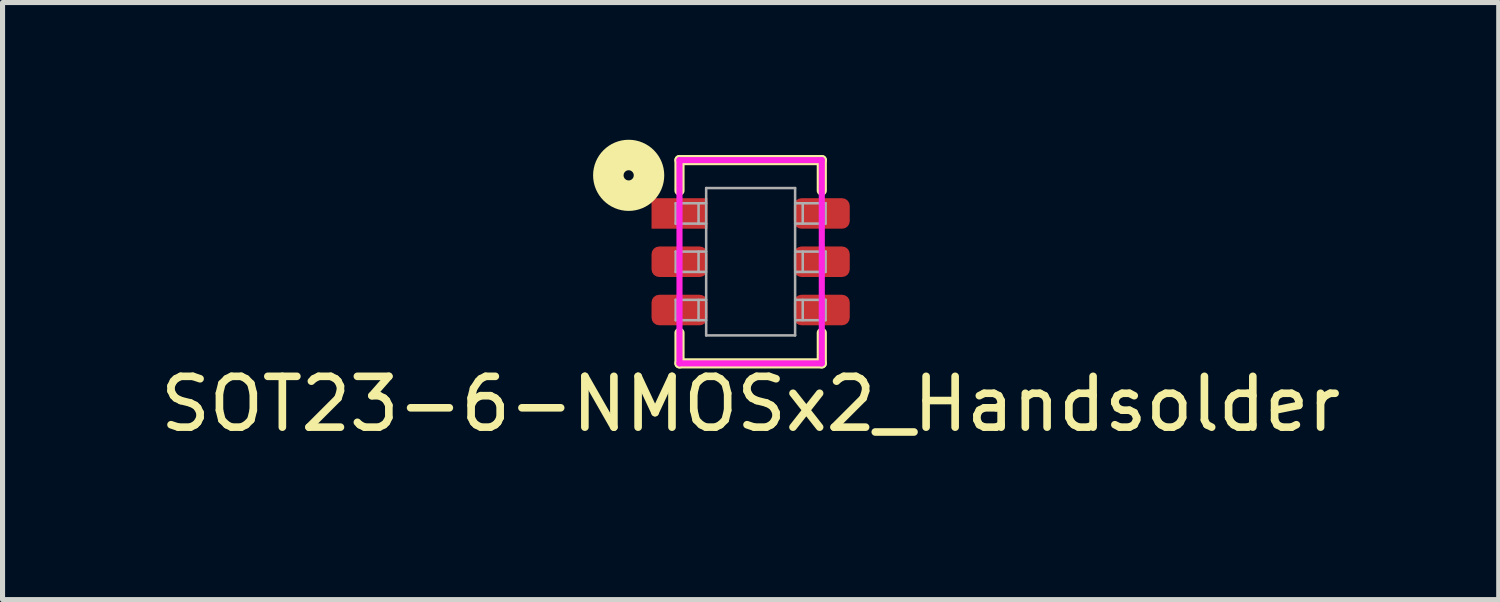
<source format=kicad_pcb>
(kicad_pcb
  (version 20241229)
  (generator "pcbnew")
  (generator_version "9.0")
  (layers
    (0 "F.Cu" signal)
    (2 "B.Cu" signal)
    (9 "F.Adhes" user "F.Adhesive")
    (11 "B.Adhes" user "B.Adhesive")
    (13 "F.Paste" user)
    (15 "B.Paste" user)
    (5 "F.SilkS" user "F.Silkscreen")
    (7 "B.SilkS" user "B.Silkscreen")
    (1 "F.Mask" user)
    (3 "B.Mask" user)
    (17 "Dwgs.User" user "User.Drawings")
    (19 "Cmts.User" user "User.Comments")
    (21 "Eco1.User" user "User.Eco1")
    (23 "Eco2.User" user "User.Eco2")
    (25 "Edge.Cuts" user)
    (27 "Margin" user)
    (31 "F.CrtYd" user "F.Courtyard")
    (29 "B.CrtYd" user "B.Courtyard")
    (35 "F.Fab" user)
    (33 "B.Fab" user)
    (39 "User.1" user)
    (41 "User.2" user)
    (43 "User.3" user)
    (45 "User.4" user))
  (footprint "SOT23-6-NMOSx2_Handsolder"
    (layer "F.Cu")
    (at 11.72 2.1)
    (property "Reference" "SOT23-6-NMOSx2_Handsolder" (at 0 2.8 0) (layer "F.SilkS") (effects (font (size 1 1) (thickness 0.15))))
    (attr smd)
    (fp_line (start -1.4 -2) (end -1.4 -1.4) (stroke (width 0.2) (type solid)) (layer "F.SilkS"))
    (fp_line (start -1.4 2) (end -1.4 1.4) (stroke (width 0.2) (type solid)) (layer "F.SilkS"))
    (fp_line (start -1.4 2) (end 1.4 2) (stroke (width 0.2) (type solid)) (layer "F.SilkS"))
    (fp_line (start 1.4 -2) (end -1.4 -2) (stroke (width 0.2) (type solid)) (layer "F.SilkS"))
    (fp_line (start 1.4 -2) (end 1.4 -1.4) (stroke (width 0.2) (type solid)) (layer "F.SilkS"))
    (fp_line (start 1.4 2) (end 1.4 1.4) (stroke (width 0.2) (type solid)) (layer "F.SilkS"))
    (fp_circle (center -2.4 -1.7) (end -2.3 -1.7) (stroke (width 0.6) (type solid)) (fill no) (layer "F.SilkS"))
    (fp_line (start -0.85 -0.95) (end -0.25 -0.95) (stroke (width 0.05) (type solid)) (layer "Eco1.User"))
    (fp_line (start -0.85 0.95) (end -0.25 0.95) (stroke (width 0.05) (type solid)) (layer "Eco1.User"))
    (fp_line (start -0.35 -0.65) (end 0.35 -0.65) (stroke (width 0.05) (type solid)) (layer "Eco1.User"))
    (fp_line (start -0.3 -0.75) (end -0.2 -0.75) (stroke (width 0.05) (type solid)) (layer "Eco1.User"))
    (fp_line (start -0.25 -0.95) (end -0.25 -0.65) (stroke (width 0.05) (type solid)) (layer "Eco1.User"))
    (fp_line (start -0.25 -0.9) (end -0.3 -0.75) (stroke (width 0.05) (type solid)) (layer "Eco1.User"))
    (fp_line (start -0.25 -0.25) (end -0.25 0) (stroke (width 0.05) (type solid)) (layer "Eco1.User"))
    (fp_line (start -0.25 0) (end -0.85 0) (stroke (width 0.05) (type solid)) (layer "Eco1.User"))
    (fp_line (start -0.25 0.95) (end -0.25 0.65) (stroke (width 0.05) (type solid)) (layer "Eco1.User"))
    (fp_line (start -0.2 -0.75) (end -0.25 -0.9) (stroke (width 0.05) (type solid)) (layer "Eco1.User"))
    (fp_line (start -0.1 -0.5) (end 0.1 -0.5) (stroke (width 0.05) (type solid)) (layer "Eco1.User"))
    (fp_line (start 0 -0.5) (end 0 -0.25) (stroke (width 0.05) (type solid)) (layer "Eco1.User"))
    (fp_line (start 0 -0.25) (end -0.25 -0.25) (stroke (width 0.05) (type solid)) (layer "Eco1.User"))
    (fp_line (start 0 0.25) (end 0.25 0.25) (stroke (width 0.05) (type solid)) (layer "Eco1.User"))
    (fp_line (start 0 0.5) (end 0 0.25) (stroke (width 0.05) (type solid)) (layer "Eco1.User"))
    (fp_line (start 0.1 0.5) (end -0.1 0.5) (stroke (width 0.05) (type solid)) (layer "Eco1.User"))
    (fp_line (start 0.2 0.75) (end 0.25 0.9) (stroke (width 0.05) (type solid)) (layer "Eco1.User"))
    (fp_line (start 0.25 -0.95) (end 0.25 -0.65) (stroke (width 0.05) (type solid)) (layer "Eco1.User"))
    (fp_line (start 0.25 0) (end 0.85 0) (stroke (width 0.05) (type solid)) (layer "Eco1.User"))
    (fp_line (start 0.25 0.25) (end 0.25 0) (stroke (width 0.05) (type solid)) (layer "Eco1.User"))
    (fp_line (start 0.25 0.9) (end 0.3 0.75) (stroke (width 0.05) (type solid)) (layer "Eco1.User"))
    (fp_line (start 0.25 0.95) (end 0.25 0.65) (stroke (width 0.05) (type solid)) (layer "Eco1.User"))
    (fp_line (start 0.3 0.75) (end 0.2 0.75) (stroke (width 0.05) (type solid)) (layer "Eco1.User"))
    (fp_line (start 0.35 0.65) (end -0.35 0.65) (stroke (width 0.05) (type solid)) (layer "Eco1.User"))
    (fp_line (start 0.85 -0.95) (end 0.25 -0.95) (stroke (width 0.05) (type solid)) (layer "Eco1.User"))
    (fp_line (start 0.85 0.95) (end 0.25 0.95) (stroke (width 0.05) (type solid)) (layer "Eco1.User"))
    (fp_line (start -1.4 -2) (end -1.4 2) (stroke (width 0.12) (type solid)) (layer "F.CrtYd"))
    (fp_line (start -1.4 2) (end 1.4 2) (stroke (width 0.12) (type solid)) (layer "F.CrtYd"))
    (fp_line (start 1.4 -2) (end -1.4 -2) (stroke (width 0.12) (type solid)) (layer "F.CrtYd"))
    (fp_line (start 1.4 2) (end 1.4 -2) (stroke (width 0.12) (type solid)) (layer "F.CrtYd"))
    (fp_line (start -1.475 -0.2) (end -0.875 -0.2) (stroke (width 0.05) (type solid)) (layer "F.Fab"))
    (fp_line (start -1.475 0.2) (end -1.475 -0.2) (stroke (width 0.05) (type solid)) (layer "F.Fab"))
    (fp_line (start -1.475 0.75) (end -0.875 0.75) (stroke (width 0.05) (type solid)) (layer "F.Fab"))
    (fp_line (start -1.475 1.15) (end -1.475 0.75) (stroke (width 0.05) (type solid)) (layer "F.Fab"))
    (fp_line (start -1.475 -1.15) (end -0.875 -1.15) (stroke (width 0.05) (type solid)) (layer "F.Fab"))
    (fp_line (start -1.475 -0.75) (end -1.475 -1.15) (stroke (width 0.05) (type solid)) (layer "F.Fab"))
    (fp_line (start -1.025 -1.15) (end -1.025 -0.75) (stroke (width 0.05) (type solid)) (layer "F.Fab"))
    (fp_line (start -1.025 -0.2) (end -1.025 0.2) (stroke (width 0.05) (type solid)) (layer "F.Fab"))
    (fp_line (start -1.025 0.75) (end -1.025 1.15) (stroke (width 0.05) (type solid)) (layer "F.Fab"))
    (fp_line (start -0.875 -1.45) (end -0.875 1.45) (stroke (width 0.05) (type solid)) (layer "F.Fab"))
    (fp_line (start -0.875 -0.75) (end -1.475 -0.75) (stroke (width 0.05) (type solid)) (layer "F.Fab"))
    (fp_line (start -0.875 0.2) (end -1.475 0.2) (stroke (width 0.05) (type solid)) (layer "F.Fab"))
    (fp_line (start -0.875 1.15) (end -1.475 1.15) (stroke (width 0.05) (type solid)) (layer "F.Fab"))
    (fp_line (start -0.875 1.45) (end 0.875 1.45) (stroke (width 0.05) (type solid)) (layer "F.Fab"))
    (fp_line (start 0.875 -1.45) (end -0.875 -1.45) (stroke (width 0.05) (type solid)) (layer "F.Fab"))
    (fp_line (start 0.875 -0.75) (end 1.475 -0.75) (stroke (width 0.05) (type solid)) (layer "F.Fab"))
    (fp_line (start 0.875 0.2) (end 1.475 0.2) (stroke (width 0.05) (type solid)) (layer "F.Fab"))
    (fp_line (start 0.875 1.15) (end 1.475 1.15) (stroke (width 0.05) (type solid)) (layer "F.Fab"))
    (fp_line (start 0.875 1.45) (end 0.875 -1.45) (stroke (width 0.05) (type solid)) (layer "F.Fab"))
    (fp_line (start 1.025 -1.15) (end 1.025 -0.75) (stroke (width 0.05) (type solid)) (layer "F.Fab"))
    (fp_line (start 1.025 -0.2) (end 1.025 0.2) (stroke (width 0.05) (type solid)) (layer "F.Fab"))
    (fp_line (start 1.025 0.75) (end 1.025 1.15) (stroke (width 0.05) (type solid)) (layer "F.Fab"))
    (fp_line (start 1.475 -1.15) (end 0.875 -1.15) (stroke (width 0.05) (type solid)) (layer "F.Fab"))
    (fp_line (start 1.475 -0.75) (end 1.475 -1.15) (stroke (width 0.05) (type solid)) (layer "F.Fab"))
    (fp_line (start 1.475 -0.2) (end 0.875 -0.2) (stroke (width 0.05) (type solid)) (layer "F.Fab"))
    (fp_line (start 1.475 0.2) (end 1.475 -0.2) (stroke (width 0.05) (type solid)) (layer "F.Fab"))
    (fp_line (start 1.475 0.75) (end 0.875 0.75) (stroke (width 0.05) (type solid)) (layer "F.Fab"))
    (fp_line (start 1.475 1.15) (end 1.475 0.75) (stroke (width 0.05) (type solid)) (layer "F.Fab"))
    (fp_text user "S1" (at -0.7 -1.1 0) (layer "Eco1.User") (effects (font (size 0.15 0.15) (thickness 0.037))))
    (fp_text user "D1" (at 0.7 -1.1 0) (layer "Eco1.User") (effects (font (size 0.15 0.15) (thickness 0.037))))
    (fp_text user "G2" (at 0.7 -0.15 0) (layer "Eco1.User") (effects (font (size 0.15 0.15) (thickness 0.037))))
    (fp_text user "D2" (at -0.7 0.8 0) (layer "Eco1.User") (effects (font (size 0.15 0.15) (thickness 0.037))))
    (fp_text user "G1" (at -0.7 -0.15 0) (layer "Eco1.User") (effects (font (size 0.15 0.15) (thickness 0.037))))
    (fp_text user "S2" (at 0.7 0.8 0) (layer "Eco1.User") (effects (font (size 0.15 0.15) (thickness 0.037))))
    (pad "D1" smd roundrect (at 1.4 -0.95) (size 1.1 0.6) (layers "F.Cu" "F.Mask" "F.Paste") (roundrect_rratio 0.25))
    (pad "D2" smd roundrect (at -1.4 0.95) (size 1.1 0.6) (layers "F.Cu" "F.Mask" "F.Paste") (roundrect_rratio 0.25))
    (pad "G1" smd roundrect (at -1.4 0) (size 1.1 0.6) (layers "F.Cu" "F.Mask" "F.Paste") (roundrect_rratio 0.25))
    (pad "G2" smd roundrect (at 1.4 0) (size 1.1 0.6) (layers "F.Cu" "F.Mask" "F.Paste") (roundrect_rratio 0.25))
    (pad "S1" smd rect (at -1.4 -0.95) (size 1.1 0.6) (layers "F.Cu" "F.Mask" "F.Paste"))
    (pad "S2" smd roundrect (at 1.4 0.95) (size 1.1 0.6) (layers "F.Cu" "F.Mask" "F.Paste") (roundrect_rratio 0.25)))
  (gr_rect
    (start -3 -3)
    (end 26.44 8.748)
    (stroke (width 0.1) (type default))
    (fill no)
    (layer "Edge.Cuts")))
</source>
